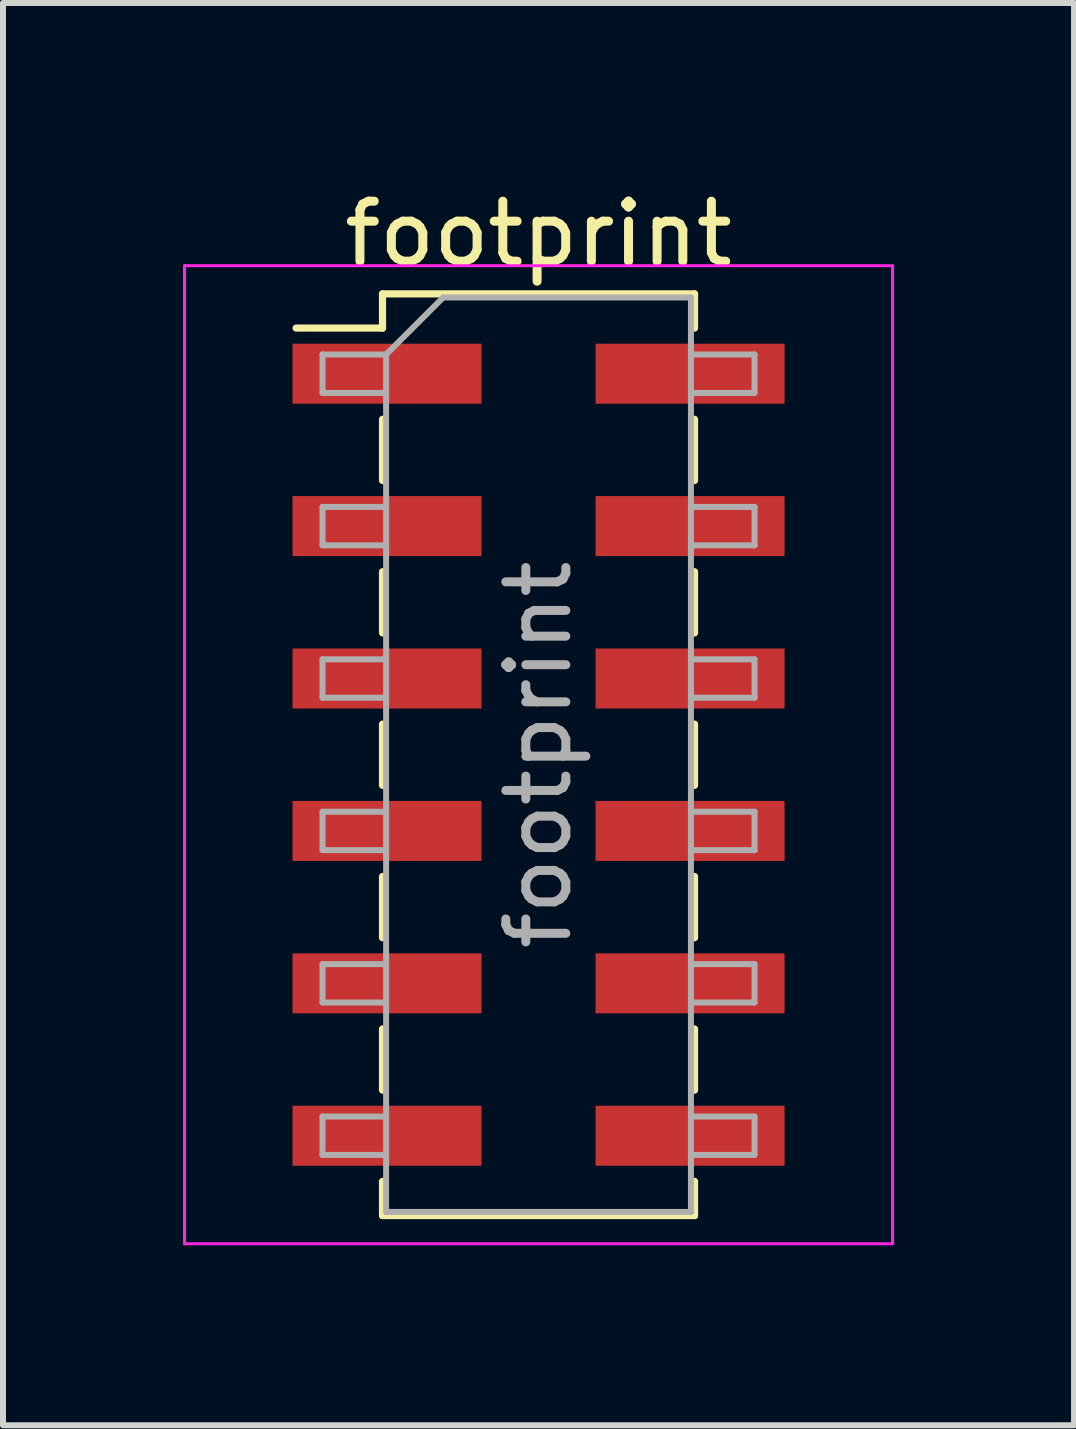
<source format=kicad_pcb>
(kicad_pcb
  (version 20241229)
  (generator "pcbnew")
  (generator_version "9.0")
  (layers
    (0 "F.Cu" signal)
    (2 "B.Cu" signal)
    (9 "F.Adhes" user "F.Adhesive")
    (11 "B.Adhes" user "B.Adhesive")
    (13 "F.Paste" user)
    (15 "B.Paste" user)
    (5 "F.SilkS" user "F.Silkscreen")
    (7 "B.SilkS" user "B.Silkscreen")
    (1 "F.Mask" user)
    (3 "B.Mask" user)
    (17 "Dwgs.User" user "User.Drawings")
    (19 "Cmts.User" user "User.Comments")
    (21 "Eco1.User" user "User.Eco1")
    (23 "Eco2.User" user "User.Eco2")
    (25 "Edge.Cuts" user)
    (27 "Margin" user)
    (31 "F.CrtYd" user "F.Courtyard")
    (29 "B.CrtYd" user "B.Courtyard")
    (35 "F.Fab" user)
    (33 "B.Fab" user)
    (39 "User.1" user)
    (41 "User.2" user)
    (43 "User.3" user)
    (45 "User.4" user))
  (footprint "footprint"
    (layer "F.Cu")
    (at 5.925 9.528)
    (property "Reference" "footprint" (at 0 -8.68 0) (layer "F.SilkS") (effects (font (size 1 1) (thickness 0.15))))
    (attr smd)
    (fp_line (start -4.04 -7.11) (end -2.6 -7.11) (stroke (width 0.12) (type solid)) (layer "F.SilkS"))
    (fp_line (start -2.6 -7.68) (end -2.6 -7.11) (stroke (width 0.12) (type solid)) (layer "F.SilkS"))
    (fp_line (start -2.6 -7.68) (end 2.6 -7.68) (stroke (width 0.12) (type solid)) (layer "F.SilkS"))
    (fp_line (start -2.6 -5.59) (end -2.6 -4.57) (stroke (width 0.12) (type solid)) (layer "F.SilkS"))
    (fp_line (start -2.6 -3.05) (end -2.6 -2.03) (stroke (width 0.12) (type solid)) (layer "F.SilkS"))
    (fp_line (start -2.6 -0.51) (end -2.6 0.51) (stroke (width 0.12) (type solid)) (layer "F.SilkS"))
    (fp_line (start -2.6 2.03) (end -2.6 3.05) (stroke (width 0.12) (type solid)) (layer "F.SilkS"))
    (fp_line (start -2.6 4.57) (end -2.6 5.59) (stroke (width 0.12) (type solid)) (layer "F.SilkS"))
    (fp_line (start -2.6 7.11) (end -2.6 7.68) (stroke (width 0.12) (type solid)) (layer "F.SilkS"))
    (fp_line (start -2.6 7.68) (end 2.6 7.68) (stroke (width 0.12) (type solid)) (layer "F.SilkS"))
    (fp_line (start 2.6 -7.68) (end 2.6 -7.11) (stroke (width 0.12) (type solid)) (layer "F.SilkS"))
    (fp_line (start 2.6 -5.59) (end 2.6 -4.57) (stroke (width 0.12) (type solid)) (layer "F.SilkS"))
    (fp_line (start 2.6 -3.05) (end 2.6 -2.03) (stroke (width 0.12) (type solid)) (layer "F.SilkS"))
    (fp_line (start 2.6 -0.51) (end 2.6 0.51) (stroke (width 0.12) (type solid)) (layer "F.SilkS"))
    (fp_line (start 2.6 2.03) (end 2.6 3.05) (stroke (width 0.12) (type solid)) (layer "F.SilkS"))
    (fp_line (start 2.6 4.57) (end 2.6 5.59) (stroke (width 0.12) (type solid)) (layer "F.SilkS"))
    (fp_line (start 2.6 7.11) (end 2.6 7.68) (stroke (width 0.12) (type solid)) (layer "F.SilkS"))
    (fp_line (start -5.9 -8.15) (end -5.9 8.15) (stroke (width 0.05) (type solid)) (layer "F.CrtYd"))
    (fp_line (start -5.9 8.15) (end 5.9 8.15) (stroke (width 0.05) (type solid)) (layer "F.CrtYd"))
    (fp_line (start 5.9 -8.15) (end -5.9 -8.15) (stroke (width 0.05) (type solid)) (layer "F.CrtYd"))
    (fp_line (start 5.9 8.15) (end 5.9 -8.15) (stroke (width 0.05) (type solid)) (layer "F.CrtYd"))
    (fp_line (start -3.6 -6.67) (end -3.6 -6.03) (stroke (width 0.1) (type solid)) (layer "F.Fab"))
    (fp_line (start -3.6 -6.03) (end -2.54 -6.03) (stroke (width 0.1) (type solid)) (layer "F.Fab"))
    (fp_line (start -3.6 -4.13) (end -3.6 -3.49) (stroke (width 0.1) (type solid)) (layer "F.Fab"))
    (fp_line (start -3.6 -3.49) (end -2.54 -3.49) (stroke (width 0.1) (type solid)) (layer "F.Fab"))
    (fp_line (start -3.6 -1.59) (end -3.6 -0.95) (stroke (width 0.1) (type solid)) (layer "F.Fab"))
    (fp_line (start -3.6 -0.95) (end -2.54 -0.95) (stroke (width 0.1) (type solid)) (layer "F.Fab"))
    (fp_line (start -3.6 0.95) (end -3.6 1.59) (stroke (width 0.1) (type solid)) (layer "F.Fab"))
    (fp_line (start -3.6 1.59) (end -2.54 1.59) (stroke (width 0.1) (type solid)) (layer "F.Fab"))
    (fp_line (start -3.6 3.49) (end -3.6 4.13) (stroke (width 0.1) (type solid)) (layer "F.Fab"))
    (fp_line (start -3.6 4.13) (end -2.54 4.13) (stroke (width 0.1) (type solid)) (layer "F.Fab"))
    (fp_line (start -3.6 6.03) (end -3.6 6.67) (stroke (width 0.1) (type solid)) (layer "F.Fab"))
    (fp_line (start -3.6 6.67) (end -2.54 6.67) (stroke (width 0.1) (type solid)) (layer "F.Fab"))
    (fp_line (start -2.54 -6.67) (end -3.6 -6.67) (stroke (width 0.1) (type solid)) (layer "F.Fab"))
    (fp_line (start -2.54 -6.67) (end -1.59 -7.62) (stroke (width 0.1) (type solid)) (layer "F.Fab"))
    (fp_line (start -2.54 -4.13) (end -3.6 -4.13) (stroke (width 0.1) (type solid)) (layer "F.Fab"))
    (fp_line (start -2.54 -1.59) (end -3.6 -1.59) (stroke (width 0.1) (type solid)) (layer "F.Fab"))
    (fp_line (start -2.54 0.95) (end -3.6 0.95) (stroke (width 0.1) (type solid)) (layer "F.Fab"))
    (fp_line (start -2.54 3.49) (end -3.6 3.49) (stroke (width 0.1) (type solid)) (layer "F.Fab"))
    (fp_line (start -2.54 6.03) (end -3.6 6.03) (stroke (width 0.1) (type solid)) (layer "F.Fab"))
    (fp_line (start -2.54 7.62) (end -2.54 -6.67) (stroke (width 0.1) (type solid)) (layer "F.Fab"))
    (fp_line (start -1.59 -7.62) (end 2.54 -7.62) (stroke (width 0.1) (type solid)) (layer "F.Fab"))
    (fp_line (start 2.54 -7.62) (end 2.54 7.62) (stroke (width 0.1) (type solid)) (layer "F.Fab"))
    (fp_line (start 2.54 -6.67) (end 3.6 -6.67) (stroke (width 0.1) (type solid)) (layer "F.Fab"))
    (fp_line (start 2.54 -4.13) (end 3.6 -4.13) (stroke (width 0.1) (type solid)) (layer "F.Fab"))
    (fp_line (start 2.54 -1.59) (end 3.6 -1.59) (stroke (width 0.1) (type solid)) (layer "F.Fab"))
    (fp_line (start 2.54 0.95) (end 3.6 0.95) (stroke (width 0.1) (type solid)) (layer "F.Fab"))
    (fp_line (start 2.54 3.49) (end 3.6 3.49) (stroke (width 0.1) (type solid)) (layer "F.Fab"))
    (fp_line (start 2.54 6.03) (end 3.6 6.03) (stroke (width 0.1) (type solid)) (layer "F.Fab"))
    (fp_line (start 2.54 7.62) (end -2.54 7.62) (stroke (width 0.1) (type solid)) (layer "F.Fab"))
    (fp_line (start 3.6 -6.67) (end 3.6 -6.03) (stroke (width 0.1) (type solid)) (layer "F.Fab"))
    (fp_line (start 3.6 -6.03) (end 2.54 -6.03) (stroke (width 0.1) (type solid)) (layer "F.Fab"))
    (fp_line (start 3.6 -4.13) (end 3.6 -3.49) (stroke (width 0.1) (type solid)) (layer "F.Fab"))
    (fp_line (start 3.6 -3.49) (end 2.54 -3.49) (stroke (width 0.1) (type solid)) (layer "F.Fab"))
    (fp_line (start 3.6 -1.59) (end 3.6 -0.95) (stroke (width 0.1) (type solid)) (layer "F.Fab"))
    (fp_line (start 3.6 -0.95) (end 2.54 -0.95) (stroke (width 0.1) (type solid)) (layer "F.Fab"))
    (fp_line (start 3.6 0.95) (end 3.6 1.59) (stroke (width 0.1) (type solid)) (layer "F.Fab"))
    (fp_line (start 3.6 1.59) (end 2.54 1.59) (stroke (width 0.1) (type solid)) (layer "F.Fab"))
    (fp_line (start 3.6 3.49) (end 3.6 4.13) (stroke (width 0.1) (type solid)) (layer "F.Fab"))
    (fp_line (start 3.6 4.13) (end 2.54 4.13) (stroke (width 0.1) (type solid)) (layer "F.Fab"))
    (fp_line (start 3.6 6.03) (end 3.6 6.67) (stroke (width 0.1) (type solid)) (layer "F.Fab"))
    (fp_line (start 3.6 6.67) (end 2.54 6.67) (stroke (width 0.1) (type solid)) (layer "F.Fab"))
    (fp_text user "${REFERENCE}" (at 0 0 90) (layer "F.Fab") (effects (font (size 1 1) (thickness 0.15))))
    (pad "1" smd rect (at -2.525 -6.35) (size 3.15 1) (layers "F.Cu" "F.Mask" "F.Paste"))
    (pad "2" smd rect (at 2.525 -6.35) (size 3.15 1) (layers "F.Cu" "F.Mask" "F.Paste"))
    (pad "3" smd rect (at -2.525 -3.81) (size 3.15 1) (layers "F.Cu" "F.Mask" "F.Paste"))
    (pad "4" smd rect (at 2.525 -3.81) (size 3.15 1) (layers "F.Cu" "F.Mask" "F.Paste"))
    (pad "5" smd rect (at -2.525 -1.27) (size 3.15 1) (layers "F.Cu" "F.Mask" "F.Paste"))
    (pad "6" smd rect (at 2.525 -1.27) (size 3.15 1) (layers "F.Cu" "F.Mask" "F.Paste"))
    (pad "7" smd rect (at -2.525 1.27) (size 3.15 1) (layers "F.Cu" "F.Mask" "F.Paste"))
    (pad "8" smd rect (at 2.525 1.27) (size 3.15 1) (layers "F.Cu" "F.Mask" "F.Paste"))
    (pad "9" smd rect (at -2.525 3.81) (size 3.15 1) (layers "F.Cu" "F.Mask" "F.Paste"))
    (pad "10" smd rect (at 2.525 3.81) (size 3.15 1) (layers "F.Cu" "F.Mask" "F.Paste"))
    (pad "11" smd rect (at -2.525 6.35) (size 3.15 1) (layers "F.Cu" "F.Mask" "F.Paste"))
    (pad "12" smd rect (at 2.525 6.35) (size 3.15 1) (layers "F.Cu" "F.Mask" "F.Paste")))
  (gr_rect
    (start -3 -3)
    (end 14.85 20.703)
    (stroke (width 0.1) (type default))
    (fill no)
    (layer "Edge.Cuts")))
</source>
